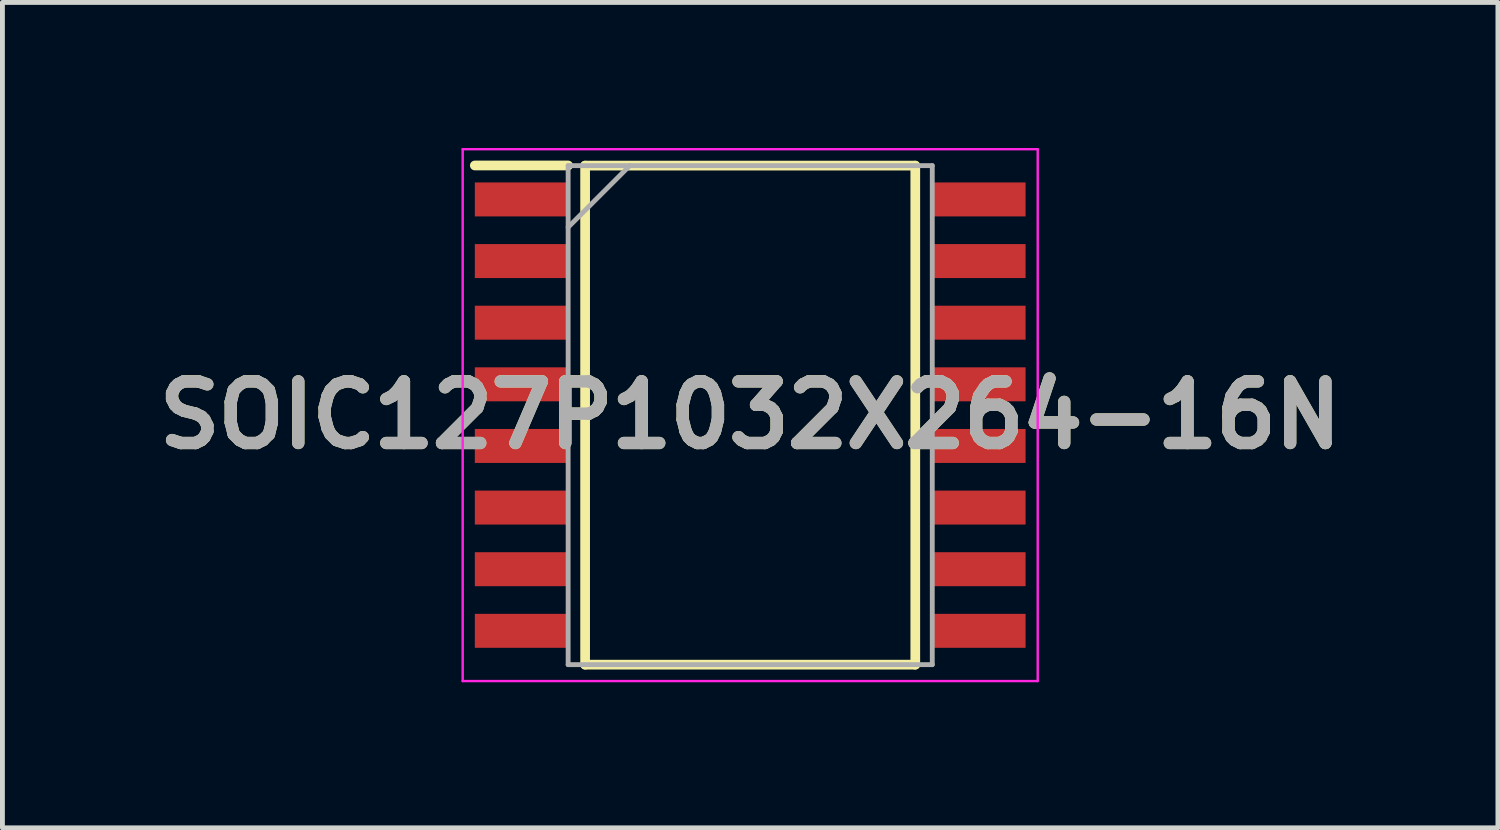
<source format=kicad_pcb>
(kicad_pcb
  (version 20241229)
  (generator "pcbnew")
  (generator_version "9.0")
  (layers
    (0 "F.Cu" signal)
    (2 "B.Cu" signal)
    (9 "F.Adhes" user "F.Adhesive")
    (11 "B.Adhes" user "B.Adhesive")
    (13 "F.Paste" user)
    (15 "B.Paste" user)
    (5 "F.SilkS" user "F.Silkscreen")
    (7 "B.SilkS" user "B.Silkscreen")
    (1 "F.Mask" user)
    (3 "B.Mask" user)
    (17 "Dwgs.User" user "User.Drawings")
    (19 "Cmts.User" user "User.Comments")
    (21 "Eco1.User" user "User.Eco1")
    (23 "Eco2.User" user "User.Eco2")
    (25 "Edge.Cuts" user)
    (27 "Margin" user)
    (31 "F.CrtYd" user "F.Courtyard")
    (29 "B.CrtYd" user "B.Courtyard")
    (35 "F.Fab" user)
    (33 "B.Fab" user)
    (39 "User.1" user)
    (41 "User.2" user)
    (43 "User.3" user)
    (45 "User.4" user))
  (footprint "SOIC127P1032X264-16N"
    (layer "F.Cu")
    (at 12.41 5.505)
    (property "Reference" "SOIC127P1032X264-16N" (at 0 0 0) (layer "F.SilkS") (effects (font (size 1.27 1.27) (thickness 0.254))))
    (attr smd)
    (fp_line (start -5.675 -5.145) (end -3.752 -5.145) (stroke (width 0.2) (type solid)) (layer "F.SilkS"))
    (fp_line (start -3.402 -5.142) (end 3.402 -5.142) (stroke (width 0.2) (type solid)) (layer "F.SilkS"))
    (fp_line (start -3.402 5.142) (end -3.402 -5.142) (stroke (width 0.2) (type solid)) (layer "F.SilkS"))
    (fp_line (start 3.402 -5.142) (end 3.402 5.142) (stroke (width 0.2) (type solid)) (layer "F.SilkS"))
    (fp_line (start 3.402 5.142) (end -3.402 5.142) (stroke (width 0.2) (type solid)) (layer "F.SilkS"))
    (fp_line (start -5.925 -5.48) (end 5.925 -5.48) (stroke (width 0.05) (type solid)) (layer "F.CrtYd"))
    (fp_line (start -5.925 5.48) (end -5.925 -5.48) (stroke (width 0.05) (type solid)) (layer "F.CrtYd"))
    (fp_line (start 5.925 -5.48) (end 5.925 5.48) (stroke (width 0.05) (type solid)) (layer "F.CrtYd"))
    (fp_line (start 5.925 5.48) (end -5.925 5.48) (stroke (width 0.05) (type solid)) (layer "F.CrtYd"))
    (fp_line (start -3.752 -5.142) (end 3.752 -5.142) (stroke (width 0.1) (type solid)) (layer "F.Fab"))
    (fp_line (start -3.752 -3.872) (end -2.482 -5.142) (stroke (width 0.1) (type solid)) (layer "F.Fab"))
    (fp_line (start -3.752 5.142) (end -3.752 -5.142) (stroke (width 0.1) (type solid)) (layer "F.Fab"))
    (fp_line (start 3.752 -5.142) (end 3.752 5.142) (stroke (width 0.1) (type solid)) (layer "F.Fab"))
    (fp_line (start 3.752 5.142) (end -3.752 5.142) (stroke (width 0.1) (type solid)) (layer "F.Fab"))
    (fp_text user "${REFERENCE}" (at 0 0 0) (layer "F.Fab") (effects (font (size 1.27 1.27) (thickness 0.254))))
    (pad "1" smd rect (at -4.714 -4.445 90) (size 0.7 1.922) (layers "F.Cu" "F.Mask" "F.Paste"))
    (pad "2" smd rect (at -4.714 -3.175 90) (size 0.7 1.922) (layers "F.Cu" "F.Mask" "F.Paste"))
    (pad "3" smd rect (at -4.714 -1.905 90) (size 0.7 1.922) (layers "F.Cu" "F.Mask" "F.Paste"))
    (pad "4" smd rect (at -4.714 -0.635 90) (size 0.7 1.922) (layers "F.Cu" "F.Mask" "F.Paste"))
    (pad "5" smd rect (at -4.714 0.635 90) (size 0.7 1.922) (layers "F.Cu" "F.Mask" "F.Paste"))
    (pad "6" smd rect (at -4.714 1.905 90) (size 0.7 1.922) (layers "F.Cu" "F.Mask" "F.Paste"))
    (pad "7" smd rect (at -4.714 3.175 90) (size 0.7 1.922) (layers "F.Cu" "F.Mask" "F.Paste"))
    (pad "8" smd rect (at -4.714 4.445 90) (size 0.7 1.922) (layers "F.Cu" "F.Mask" "F.Paste"))
    (pad "9" smd rect (at 4.714 4.445 90) (size 0.7 1.922) (layers "F.Cu" "F.Mask" "F.Paste"))
    (pad "10" smd rect (at 4.714 3.175 90) (size 0.7 1.922) (layers "F.Cu" "F.Mask" "F.Paste"))
    (pad "11" smd rect (at 4.714 1.905 90) (size 0.7 1.922) (layers "F.Cu" "F.Mask" "F.Paste"))
    (pad "12" smd rect (at 4.714 0.635 90) (size 0.7 1.922) (layers "F.Cu" "F.Mask" "F.Paste"))
    (pad "13" smd rect (at 4.714 -0.635 90) (size 0.7 1.922) (layers "F.Cu" "F.Mask" "F.Paste"))
    (pad "14" smd rect (at 4.714 -1.905 90) (size 0.7 1.922) (layers "F.Cu" "F.Mask" "F.Paste"))
    (pad "15" smd rect (at 4.714 -3.175 90) (size 0.7 1.922) (layers "F.Cu" "F.Mask" "F.Paste"))
    (pad "16" smd rect (at 4.714 -4.445 90) (size 0.7 1.922) (layers "F.Cu" "F.Mask" "F.Paste")))
  (gr_rect
    (start -3 -3)
    (end 27.819 14.01)
    (stroke (width 0.1) (type default))
    (fill no)
    (layer "Edge.Cuts")))
</source>
